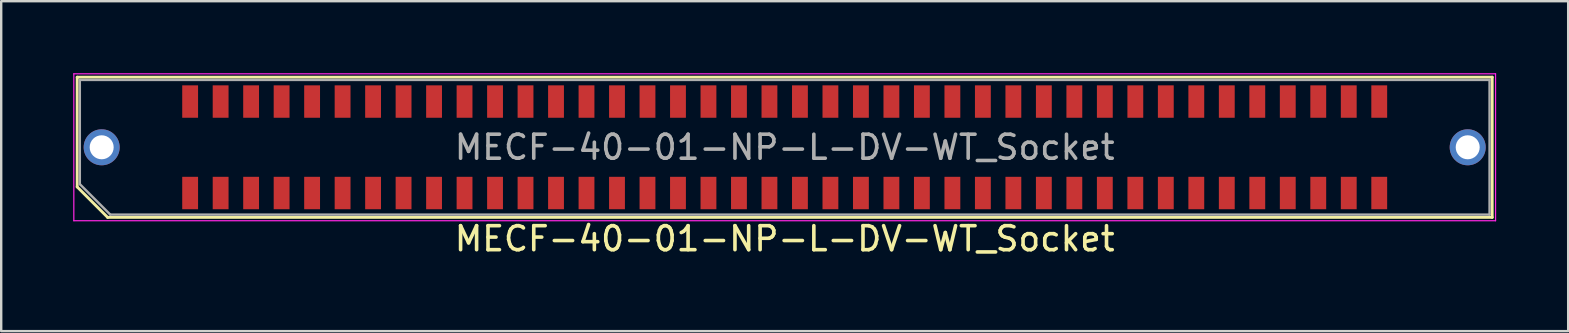
<source format=kicad_pcb>
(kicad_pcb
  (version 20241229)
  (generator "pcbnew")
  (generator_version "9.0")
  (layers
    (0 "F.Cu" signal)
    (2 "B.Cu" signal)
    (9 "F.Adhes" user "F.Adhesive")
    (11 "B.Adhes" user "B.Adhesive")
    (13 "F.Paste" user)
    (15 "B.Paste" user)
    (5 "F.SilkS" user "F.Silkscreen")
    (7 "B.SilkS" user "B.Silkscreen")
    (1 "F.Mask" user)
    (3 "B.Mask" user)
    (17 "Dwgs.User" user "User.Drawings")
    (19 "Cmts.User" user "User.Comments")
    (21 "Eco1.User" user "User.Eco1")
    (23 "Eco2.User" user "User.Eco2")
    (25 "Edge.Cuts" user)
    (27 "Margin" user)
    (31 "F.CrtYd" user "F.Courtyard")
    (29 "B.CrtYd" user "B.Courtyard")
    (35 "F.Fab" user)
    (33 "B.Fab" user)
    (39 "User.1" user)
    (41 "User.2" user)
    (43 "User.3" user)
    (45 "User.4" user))
  (footprint "MECF-40-01-NP-L-DV-WT_Socket"
    (layer "F.Cu")
    (at 29.635 3.085)
    (property "Reference" "MECF-40-01-NP-L-DV-WT_Socket" (at 0 3.81 0) (layer "F.SilkS") (effects (font (size 1 1) (thickness 0.15))))
    (attr smd)
    (fp_line (start -29.47 -2.92) (end 29.47 -2.92) (stroke (width 0.12) (type solid)) (layer "F.SilkS"))
    (fp_line (start -29.47 1.65) (end -29.47 -2.92) (stroke (width 0.12) (type solid)) (layer "F.SilkS"))
    (fp_line (start -28.2 2.92) (end -29.47 1.65) (stroke (width 0.12) (type solid)) (layer "F.SilkS"))
    (fp_line (start -28.2 2.92) (end 29.47 2.92) (stroke (width 0.12) (type solid)) (layer "F.SilkS"))
    (fp_line (start 29.47 2.92) (end 29.47 -2.92) (stroke (width 0.12) (type solid)) (layer "F.SilkS"))
    (fp_line (start -29.61 -3.06) (end -29.61 3.06) (stroke (width 0.05) (type solid)) (layer "F.CrtYd"))
    (fp_line (start -29.61 3.06) (end 29.61 3.06) (stroke (width 0.05) (type solid)) (layer "F.CrtYd"))
    (fp_line (start 29.61 -3.06) (end -29.61 -3.06) (stroke (width 0.05) (type solid)) (layer "F.CrtYd"))
    (fp_line (start 29.61 3.06) (end 29.61 -3.06) (stroke (width 0.05) (type solid)) (layer "F.CrtYd"))
    (fp_line (start -29.36 -2.805) (end 29.36 -2.805) (stroke (width 0.1) (type solid)) (layer "F.Fab"))
    (fp_line (start -29.36 1.535) (end -29.36 -2.805) (stroke (width 0.1) (type solid)) (layer "F.Fab"))
    (fp_line (start -29.36 1.535) (end -28.09 2.805) (stroke (width 0.1) (type solid)) (layer "F.Fab"))
    (fp_line (start -28.09 2.805) (end 29.36 2.805) (stroke (width 0.1) (type solid)) (layer "F.Fab"))
    (fp_line (start 29.36 2.805) (end 29.36 -2.805) (stroke (width 0.1) (type solid)) (layer "F.Fab"))
    (fp_text user "${REFERENCE}" (at 0 0 0) (layer "F.Fab") (effects (font (size 1 1) (thickness 0.15))))
    (pad "" thru_hole circle (at -28.45 0) (size 1.5 1.5) (drill 1) (layers "*.Cu" "*.Mask"))
    (pad "" np_thru_hole circle (at -26.545 0) (size 0.001 0.001) (drill 1.45) (layers "*.Cu" "*.Mask"))
    (pad "" np_thru_hole circle (at 26.545 1) (size 0.001 0.001) (drill 1.45) (layers "*.Cu" "*.Mask"))
    (pad "" thru_hole circle (at 28.45 0) (size 1.5 1.5) (drill 1) (layers "*.Cu" "*.Mask"))
    (pad "1" smd rect (at -24.765 1.905) (size 0.66 1.35) (layers "F.Cu" "F.Mask" "F.Paste"))
    (pad "2" smd rect (at -24.765 -1.905) (size 0.66 1.35) (layers "F.Cu" "F.Mask" "F.Paste"))
    (pad "3" smd rect (at -23.495 1.905) (size 0.66 1.35) (layers "F.Cu" "F.Mask" "F.Paste"))
    (pad "4" smd rect (at -23.495 -1.905) (size 0.66 1.35) (layers "F.Cu" "F.Mask" "F.Paste"))
    (pad "5" smd rect (at -22.225 1.905) (size 0.66 1.35) (layers "F.Cu" "F.Mask" "F.Paste"))
    (pad "6" smd rect (at -22.225 -1.905) (size 0.66 1.35) (layers "F.Cu" "F.Mask" "F.Paste"))
    (pad "7" smd rect (at -20.955 1.905) (size 0.66 1.35) (layers "F.Cu" "F.Mask" "F.Paste"))
    (pad "8" smd rect (at -20.955 -1.905) (size 0.66 1.35) (layers "F.Cu" "F.Mask" "F.Paste"))
    (pad "9" smd rect (at -19.685 1.905) (size 0.66 1.35) (layers "F.Cu" "F.Mask" "F.Paste"))
    (pad "10" smd rect (at -19.685 -1.905) (size 0.66 1.35) (layers "F.Cu" "F.Mask" "F.Paste"))
    (pad "11" smd rect (at -18.415 1.905) (size 0.66 1.35) (layers "F.Cu" "F.Mask" "F.Paste"))
    (pad "12" smd rect (at -18.415 -1.905) (size 0.66 1.35) (layers "F.Cu" "F.Mask" "F.Paste"))
    (pad "13" smd rect (at -17.145 1.905) (size 0.66 1.35) (layers "F.Cu" "F.Mask" "F.Paste"))
    (pad "14" smd rect (at -17.145 -1.905) (size 0.66 1.35) (layers "F.Cu" "F.Mask" "F.Paste"))
    (pad "15" smd rect (at -15.875 1.905) (size 0.66 1.35) (layers "F.Cu" "F.Mask" "F.Paste"))
    (pad "16" smd rect (at -15.875 -1.905) (size 0.66 1.35) (layers "F.Cu" "F.Mask" "F.Paste"))
    (pad "17" smd rect (at -14.605 1.905) (size 0.66 1.35) (layers "F.Cu" "F.Mask" "F.Paste"))
    (pad "18" smd rect (at -14.605 -1.905) (size 0.66 1.35) (layers "F.Cu" "F.Mask" "F.Paste"))
    (pad "19" smd rect (at -13.335 1.905) (size 0.66 1.35) (layers "F.Cu" "F.Mask" "F.Paste"))
    (pad "20" smd rect (at -13.335 -1.905) (size 0.66 1.35) (layers "F.Cu" "F.Mask" "F.Paste"))
    (pad "21" smd rect (at -12.065 1.905) (size 0.66 1.35) (layers "F.Cu" "F.Mask" "F.Paste"))
    (pad "22" smd rect (at -12.065 -1.905) (size 0.66 1.35) (layers "F.Cu" "F.Mask" "F.Paste"))
    (pad "23" smd rect (at -10.795 1.905) (size 0.66 1.35) (layers "F.Cu" "F.Mask" "F.Paste"))
    (pad "24" smd rect (at -10.795 -1.905) (size 0.66 1.35) (layers "F.Cu" "F.Mask" "F.Paste"))
    (pad "25" smd rect (at -9.525 1.905) (size 0.66 1.35) (layers "F.Cu" "F.Mask" "F.Paste"))
    (pad "26" smd rect (at -9.525 -1.905) (size 0.66 1.35) (layers "F.Cu" "F.Mask" "F.Paste"))
    (pad "27" smd rect (at -8.255 1.905) (size 0.66 1.35) (layers "F.Cu" "F.Mask" "F.Paste"))
    (pad "28" smd rect (at -8.255 -1.905) (size 0.66 1.35) (layers "F.Cu" "F.Mask" "F.Paste"))
    (pad "29" smd rect (at -6.985 1.905) (size 0.66 1.35) (layers "F.Cu" "F.Mask" "F.Paste"))
    (pad "30" smd rect (at -6.985 -1.905) (size 0.66 1.35) (layers "F.Cu" "F.Mask" "F.Paste"))
    (pad "31" smd rect (at -5.715 1.905) (size 0.66 1.35) (layers "F.Cu" "F.Mask" "F.Paste"))
    (pad "32" smd rect (at -5.715 -1.905) (size 0.66 1.35) (layers "F.Cu" "F.Mask" "F.Paste"))
    (pad "33" smd rect (at -4.445 1.905) (size 0.66 1.35) (layers "F.Cu" "F.Mask" "F.Paste"))
    (pad "34" smd rect (at -4.445 -1.905) (size 0.66 1.35) (layers "F.Cu" "F.Mask" "F.Paste"))
    (pad "35" smd rect (at -3.175 1.905) (size 0.66 1.35) (layers "F.Cu" "F.Mask" "F.Paste"))
    (pad "36" smd rect (at -3.175 -1.905) (size 0.66 1.35) (layers "F.Cu" "F.Mask" "F.Paste"))
    (pad "37" smd rect (at -1.905 1.905) (size 0.66 1.35) (layers "F.Cu" "F.Mask" "F.Paste"))
    (pad "38" smd rect (at -1.905 -1.905) (size 0.66 1.35) (layers "F.Cu" "F.Mask" "F.Paste"))
    (pad "39" smd rect (at -0.635 1.905) (size 0.66 1.35) (layers "F.Cu" "F.Mask" "F.Paste"))
    (pad "40" smd rect (at -0.635 -1.905) (size 0.66 1.35) (layers "F.Cu" "F.Mask" "F.Paste"))
    (pad "41" smd rect (at 0.635 1.905) (size 0.66 1.35) (layers "F.Cu" "F.Mask" "F.Paste"))
    (pad "42" smd rect (at 0.635 -1.905) (size 0.66 1.35) (layers "F.Cu" "F.Mask" "F.Paste"))
    (pad "43" smd rect (at 1.905 1.905) (size 0.66 1.35) (layers "F.Cu" "F.Mask" "F.Paste"))
    (pad "44" smd rect (at 1.905 -1.905) (size 0.66 1.35) (layers "F.Cu" "F.Mask" "F.Paste"))
    (pad "45" smd rect (at 3.175 1.905) (size 0.66 1.35) (layers "F.Cu" "F.Mask" "F.Paste"))
    (pad "46" smd rect (at 3.175 -1.905) (size 0.66 1.35) (layers "F.Cu" "F.Mask" "F.Paste"))
    (pad "47" smd rect (at 4.445 1.905) (size 0.66 1.35) (layers "F.Cu" "F.Mask" "F.Paste"))
    (pad "48" smd rect (at 4.445 -1.905) (size 0.66 1.35) (layers "F.Cu" "F.Mask" "F.Paste"))
    (pad "49" smd rect (at 5.715 1.905) (size 0.66 1.35) (layers "F.Cu" "F.Mask" "F.Paste"))
    (pad "50" smd rect (at 5.715 -1.905) (size 0.66 1.35) (layers "F.Cu" "F.Mask" "F.Paste"))
    (pad "51" smd rect (at 6.985 1.905) (size 0.66 1.35) (layers "F.Cu" "F.Mask" "F.Paste"))
    (pad "52" smd rect (at 6.985 -1.905) (size 0.66 1.35) (layers "F.Cu" "F.Mask" "F.Paste"))
    (pad "53" smd rect (at 8.255 1.905) (size 0.66 1.35) (layers "F.Cu" "F.Mask" "F.Paste"))
    (pad "54" smd rect (at 8.255 -1.905) (size 0.66 1.35) (layers "F.Cu" "F.Mask" "F.Paste"))
    (pad "55" smd rect (at 9.525 1.905) (size 0.66 1.35) (layers "F.Cu" "F.Mask" "F.Paste"))
    (pad "56" smd rect (at 9.525 -1.905) (size 0.66 1.35) (layers "F.Cu" "F.Mask" "F.Paste"))
    (pad "57" smd rect (at 10.795 1.905) (size 0.66 1.35) (layers "F.Cu" "F.Mask" "F.Paste"))
    (pad "58" smd rect (at 10.795 -1.905) (size 0.66 1.35) (layers "F.Cu" "F.Mask" "F.Paste"))
    (pad "59" smd rect (at 12.065 1.905) (size 0.66 1.35) (layers "F.Cu" "F.Mask" "F.Paste"))
    (pad "60" smd rect (at 12.065 -1.905) (size 0.66 1.35) (layers "F.Cu" "F.Mask" "F.Paste"))
    (pad "61" smd rect (at 13.335 1.905) (size 0.66 1.35) (layers "F.Cu" "F.Mask" "F.Paste"))
    (pad "62" smd rect (at 13.335 -1.905) (size 0.66 1.35) (layers "F.Cu" "F.Mask" "F.Paste"))
    (pad "63" smd rect (at 14.605 1.905) (size 0.66 1.35) (layers "F.Cu" "F.Mask" "F.Paste"))
    (pad "64" smd rect (at 14.605 -1.905) (size 0.66 1.35) (layers "F.Cu" "F.Mask" "F.Paste"))
    (pad "65" smd rect (at 15.875 1.905) (size 0.66 1.35) (layers "F.Cu" "F.Mask" "F.Paste"))
    (pad "66" smd rect (at 15.875 -1.905) (size 0.66 1.35) (layers "F.Cu" "F.Mask" "F.Paste"))
    (pad "67" smd rect (at 17.145 1.905) (size 0.66 1.35) (layers "F.Cu" "F.Mask" "F.Paste"))
    (pad "68" smd rect (at 17.145 -1.905) (size 0.66 1.35) (layers "F.Cu" "F.Mask" "F.Paste"))
    (pad "69" smd rect (at 18.415 1.905) (size 0.66 1.35) (layers "F.Cu" "F.Mask" "F.Paste"))
    (pad "70" smd rect (at 18.415 -1.905) (size 0.66 1.35) (layers "F.Cu" "F.Mask" "F.Paste"))
    (pad "71" smd rect (at 19.685 1.905) (size 0.66 1.35) (layers "F.Cu" "F.Mask" "F.Paste"))
    (pad "72" smd rect (at 19.685 -1.905) (size 0.66 1.35) (layers "F.Cu" "F.Mask" "F.Paste"))
    (pad "73" smd rect (at 20.955 1.905) (size 0.66 1.35) (layers "F.Cu" "F.Mask" "F.Paste"))
    (pad "74" smd rect (at 20.955 -1.905) (size 0.66 1.35) (layers "F.Cu" "F.Mask" "F.Paste"))
    (pad "75" smd rect (at 22.225 1.905) (size 0.66 1.35) (layers "F.Cu" "F.Mask" "F.Paste"))
    (pad "76" smd rect (at 22.225 -1.905) (size 0.66 1.35) (layers "F.Cu" "F.Mask" "F.Paste"))
    (pad "77" smd rect (at 23.495 1.905) (size 0.66 1.35) (layers "F.Cu" "F.Mask" "F.Paste"))
    (pad "78" smd rect (at 23.495 -1.905) (size 0.66 1.35) (layers "F.Cu" "F.Mask" "F.Paste"))
    (pad "79" smd rect (at 24.765 1.905) (size 0.66 1.35) (layers "F.Cu" "F.Mask" "F.Paste"))
    (pad "80" smd rect (at 24.765 -1.905) (size 0.66 1.35) (layers "F.Cu" "F.Mask" "F.Paste")))
  (gr_rect
    (start -3 -3)
    (end 62.27 10.743)
    (stroke (width 0.1) (type default))
    (fill no)
    (layer "Edge.Cuts")))
</source>
